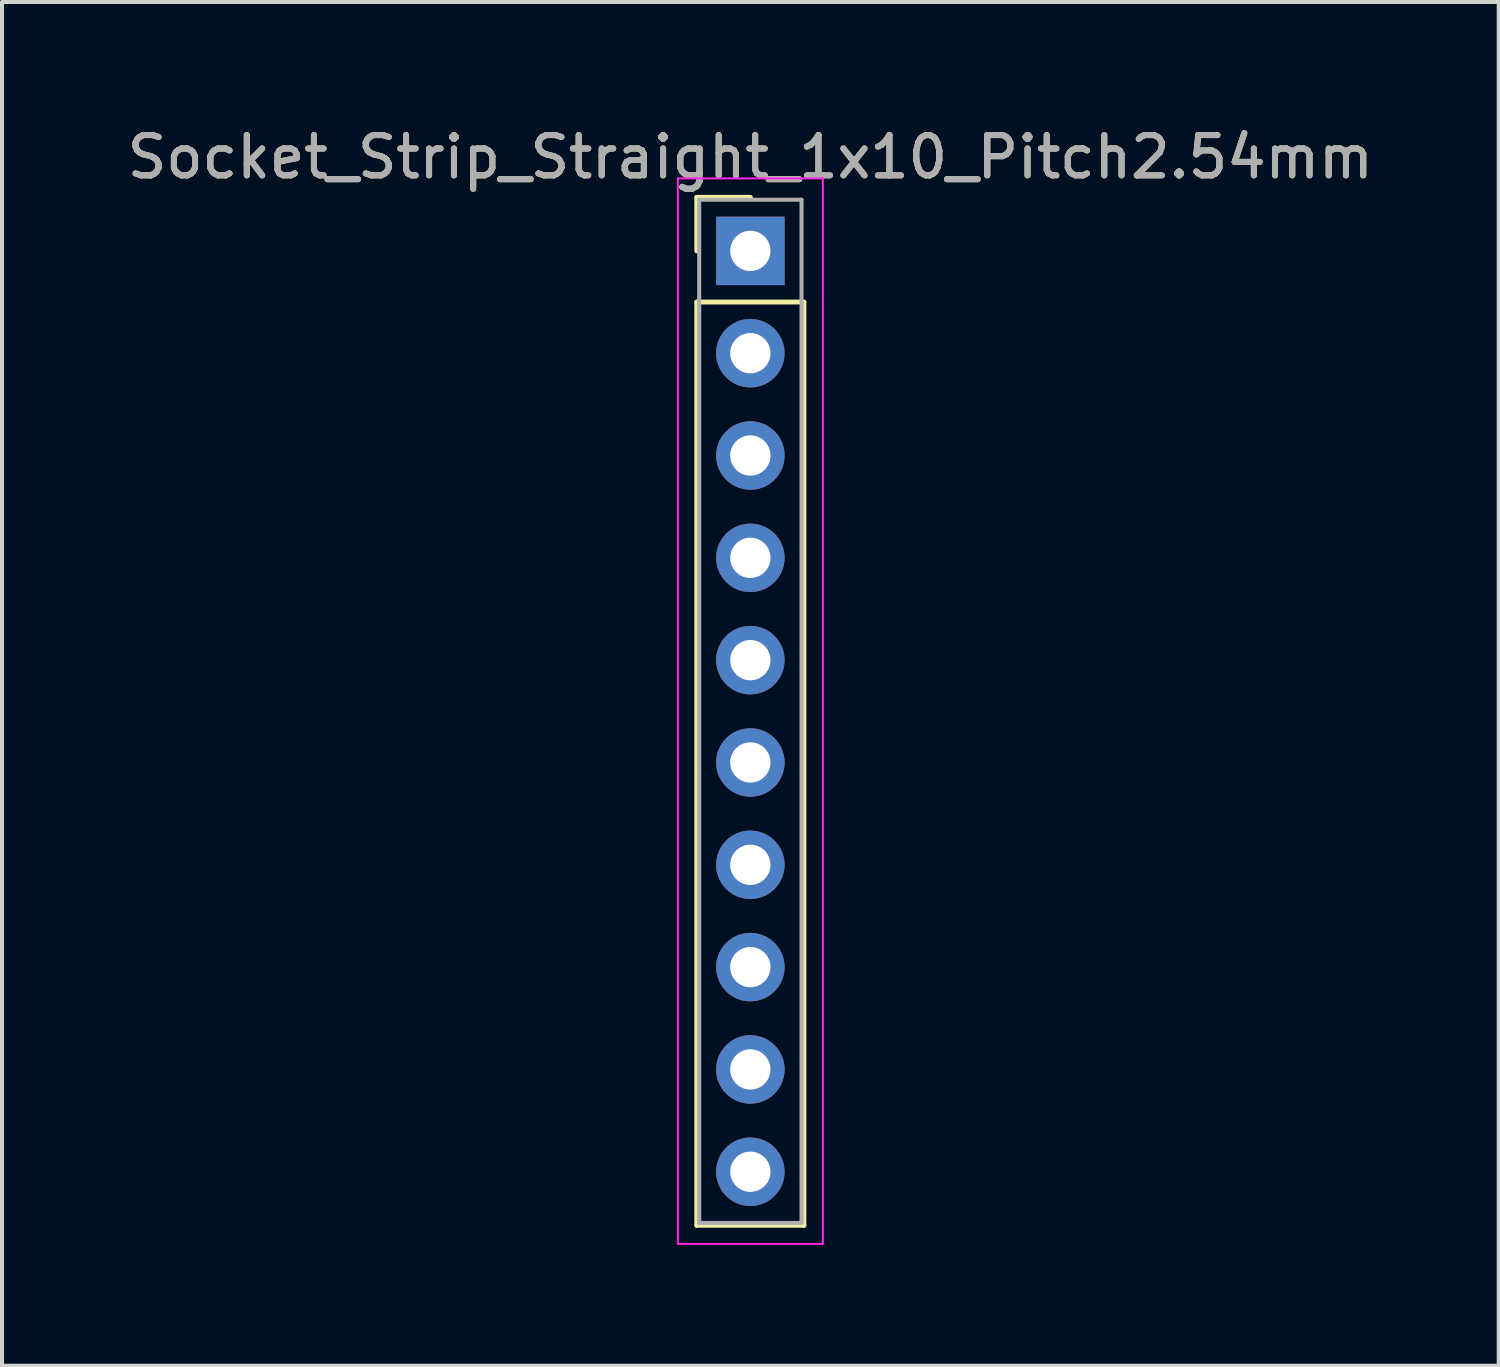
<source format=kicad_pcb>
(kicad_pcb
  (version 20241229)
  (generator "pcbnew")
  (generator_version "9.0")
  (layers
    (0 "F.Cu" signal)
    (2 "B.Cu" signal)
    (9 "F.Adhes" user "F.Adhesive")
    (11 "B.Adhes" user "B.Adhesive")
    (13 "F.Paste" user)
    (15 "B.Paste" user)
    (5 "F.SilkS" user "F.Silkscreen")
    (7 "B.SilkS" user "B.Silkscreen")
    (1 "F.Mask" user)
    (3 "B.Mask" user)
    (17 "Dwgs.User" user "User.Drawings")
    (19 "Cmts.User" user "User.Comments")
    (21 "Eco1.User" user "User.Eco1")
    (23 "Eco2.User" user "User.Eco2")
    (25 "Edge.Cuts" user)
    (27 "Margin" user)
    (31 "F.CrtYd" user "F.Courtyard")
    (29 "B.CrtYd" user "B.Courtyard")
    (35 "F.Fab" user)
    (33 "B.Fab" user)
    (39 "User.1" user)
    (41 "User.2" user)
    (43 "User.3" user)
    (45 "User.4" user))
  (footprint "Socket_Strip_Straight_1x10_Pitch2.54mm"
    (layer "F.Cu")
    (at 15.577 3.178)
    (property "Reference" "Socket_Strip_Straight_1x10_Pitch2.54mm" (at 0 -2.33 0) (layer "F.SilkS") (effects (font (size 1 1) (thickness 0.15))))
    (attr through_hole)
    (fp_line (start -1.33 -1.33) (end 0 -1.33) (stroke (width 0.12) (type solid)) (layer "F.SilkS"))
    (fp_line (start -1.33 0) (end -1.33 -1.33) (stroke (width 0.12) (type solid)) (layer "F.SilkS"))
    (fp_line (start -1.33 1.27) (end -1.33 24.19) (stroke (width 0.12) (type solid)) (layer "F.SilkS"))
    (fp_line (start -1.33 24.19) (end 1.33 24.19) (stroke (width 0.12) (type solid)) (layer "F.SilkS"))
    (fp_line (start 1.33 1.27) (end -1.33 1.27) (stroke (width 0.12) (type solid)) (layer "F.SilkS"))
    (fp_line (start 1.33 24.19) (end 1.33 1.27) (stroke (width 0.12) (type solid)) (layer "F.SilkS"))
    (fp_line (start -1.8 -1.8) (end -1.8 24.65) (stroke (width 0.05) (type solid)) (layer "F.CrtYd"))
    (fp_line (start -1.8 24.65) (end 1.8 24.65) (stroke (width 0.05) (type solid)) (layer "F.CrtYd"))
    (fp_line (start 1.8 -1.8) (end -1.8 -1.8) (stroke (width 0.05) (type solid)) (layer "F.CrtYd"))
    (fp_line (start 1.8 24.65) (end 1.8 -1.8) (stroke (width 0.05) (type solid)) (layer "F.CrtYd"))
    (fp_line (start -1.27 -1.27) (end -1.27 24.13) (stroke (width 0.1) (type solid)) (layer "F.Fab"))
    (fp_line (start -1.27 24.13) (end 1.27 24.13) (stroke (width 0.1) (type solid)) (layer "F.Fab"))
    (fp_line (start 1.27 -1.27) (end -1.27 -1.27) (stroke (width 0.1) (type solid)) (layer "F.Fab"))
    (fp_line (start 1.27 24.13) (end 1.27 -1.27) (stroke (width 0.1) (type solid)) (layer "F.Fab"))
    (fp_text user "${REFERENCE}" (at 0 -2.33 0) (layer "F.Fab") (effects (font (size 1 1) (thickness 0.15))))
    (pad "1" thru_hole rect (at 0 0) (size 1.7 1.7) (drill 1) (layers "*.Cu" "*.Mask"))
    (pad "2" thru_hole oval (at 0 2.54) (size 1.7 1.7) (drill 1) (layers "*.Cu" "*.Mask"))
    (pad "3" thru_hole oval (at 0 5.08) (size 1.7 1.7) (drill 1) (layers "*.Cu" "*.Mask"))
    (pad "4" thru_hole oval (at 0 7.62) (size 1.7 1.7) (drill 1) (layers "*.Cu" "*.Mask"))
    (pad "5" thru_hole oval (at 0 10.16) (size 1.7 1.7) (drill 1) (layers "*.Cu" "*.Mask"))
    (pad "6" thru_hole oval (at 0 12.7) (size 1.7 1.7) (drill 1) (layers "*.Cu" "*.Mask"))
    (pad "7" thru_hole oval (at 0 15.24) (size 1.7 1.7) (drill 1) (layers "*.Cu" "*.Mask"))
    (pad "8" thru_hole oval (at 0 17.78) (size 1.7 1.7) (drill 1) (layers "*.Cu" "*.Mask"))
    (pad "9" thru_hole oval (at 0 20.32) (size 1.7 1.7) (drill 1) (layers "*.Cu" "*.Mask"))
    (pad "10" thru_hole oval (at 0 22.86) (size 1.7 1.7) (drill 1) (layers "*.Cu" "*.Mask")))
  (gr_rect
    (start -3 -3)
    (end 34.155 30.853)
    (stroke (width 0.1) (type default))
    (fill no)
    (layer "Edge.Cuts")))
</source>
